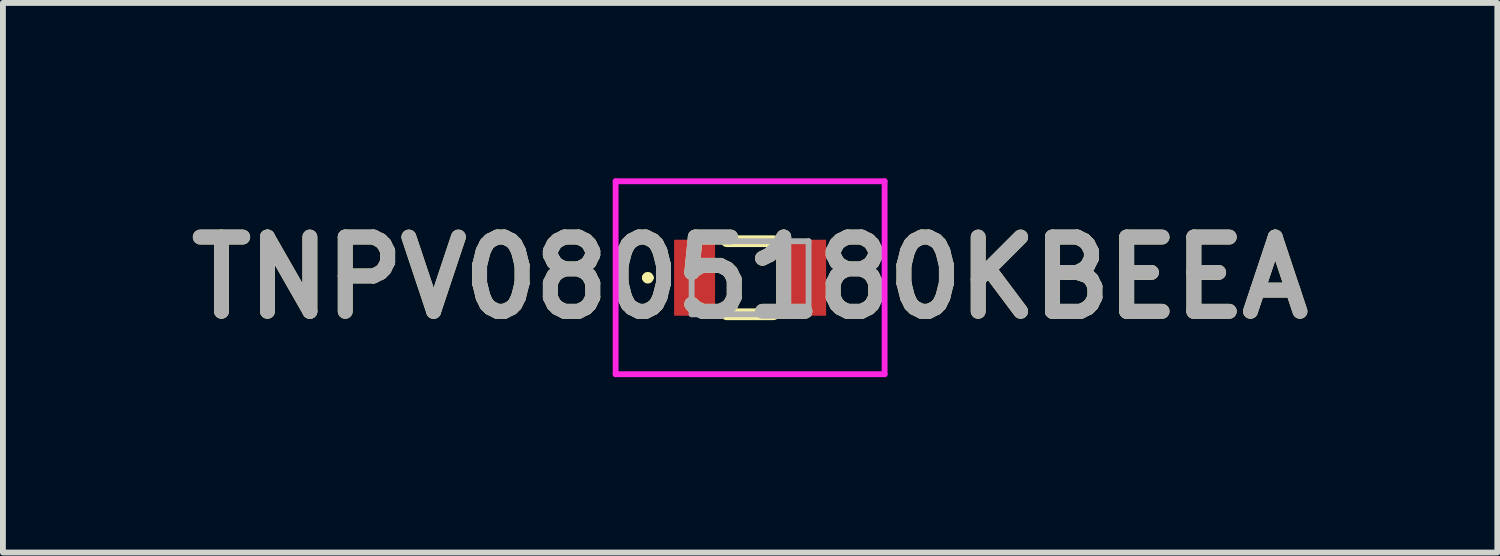
<source format=kicad_pcb>
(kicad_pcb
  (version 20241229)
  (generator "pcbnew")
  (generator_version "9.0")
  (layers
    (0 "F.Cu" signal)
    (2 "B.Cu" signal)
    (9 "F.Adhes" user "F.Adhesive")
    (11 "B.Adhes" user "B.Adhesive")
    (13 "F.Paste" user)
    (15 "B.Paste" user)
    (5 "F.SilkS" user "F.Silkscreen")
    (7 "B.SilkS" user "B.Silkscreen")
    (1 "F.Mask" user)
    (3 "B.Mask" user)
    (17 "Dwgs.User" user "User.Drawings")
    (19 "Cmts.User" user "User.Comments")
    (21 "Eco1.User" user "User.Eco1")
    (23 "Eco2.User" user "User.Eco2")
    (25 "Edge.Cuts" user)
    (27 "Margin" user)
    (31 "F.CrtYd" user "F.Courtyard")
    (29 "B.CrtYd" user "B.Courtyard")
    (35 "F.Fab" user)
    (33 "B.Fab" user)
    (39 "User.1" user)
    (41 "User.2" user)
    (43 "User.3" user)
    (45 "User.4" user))
  (footprint "TNPV0805180KBEEA"
    (layer "F.Cu")
    (at 9.779 1.7)
    (property "Reference" "TNPV0805180KBEEA" (at 0 0 0) (layer "F.SilkS") (effects (font (size 1.27 1.27) (thickness 0.254))))
    (attr smd)
    (fp_line (start -1.8 0) (end -1.8 0) (stroke (width 0.1) (type solid)) (layer "F.SilkS"))
    (fp_line (start -1.7 0) (end -1.7 0) (stroke (width 0.1) (type solid)) (layer "F.SilkS"))
    (fp_line (start -0.4 -0.625) (end 0.4 -0.625) (stroke (width 0.2) (type solid)) (layer "F.SilkS"))
    (fp_line (start -0.4 0.625) (end 0.4 0.625) (stroke (width 0.2) (type solid)) (layer "F.SilkS"))
    (fp_arc (start -1.8 0) (mid -1.75 -0.05) (end -1.7 0) (stroke (width 0.1) (type solid)) (layer "F.SilkS"))
    (fp_arc (start -1.7 0) (mid -1.75 0.05) (end -1.8 0) (stroke (width 0.1) (type solid)) (layer "F.SilkS"))
    (fp_line (start -2.3 -1.65) (end 2.3 -1.65) (stroke (width 0.1) (type solid)) (layer "F.CrtYd"))
    (fp_line (start -2.3 1.65) (end -2.3 -1.65) (stroke (width 0.1) (type solid)) (layer "F.CrtYd"))
    (fp_line (start 2.3 -1.65) (end 2.3 1.65) (stroke (width 0.1) (type solid)) (layer "F.CrtYd"))
    (fp_line (start 2.3 1.65) (end -2.3 1.65) (stroke (width 0.1) (type solid)) (layer "F.CrtYd"))
    (fp_line (start -1 -0.625) (end -1 0.625) (stroke (width 0.1) (type solid)) (layer "F.Fab"))
    (fp_line (start -1 0.625) (end 1 0.625) (stroke (width 0.1) (type solid)) (layer "F.Fab"))
    (fp_line (start 1 -0.625) (end -1 -0.625) (stroke (width 0.1) (type solid)) (layer "F.Fab"))
    (fp_line (start 1 0.625) (end 1 -0.625) (stroke (width 0.1) (type solid)) (layer "F.Fab"))
    (fp_text user "${REFERENCE}" (at 0 0 0) (layer "F.Fab") (effects (font (size 1.27 1.27) (thickness 0.254))))
    (pad "1" smd rect (at -0.95 0) (size 0.7 1.3) (layers "F.Cu" "F.Mask" "F.Paste"))
    (pad "2" smd rect (at 0.95 0) (size 0.7 1.3) (layers "F.Cu" "F.Mask" "F.Paste")))
  (gr_rect
    (start -3 -3)
    (end 22.558 6.4)
    (stroke (width 0.1) (type default))
    (fill no)
    (layer "Edge.Cuts")))
</source>
